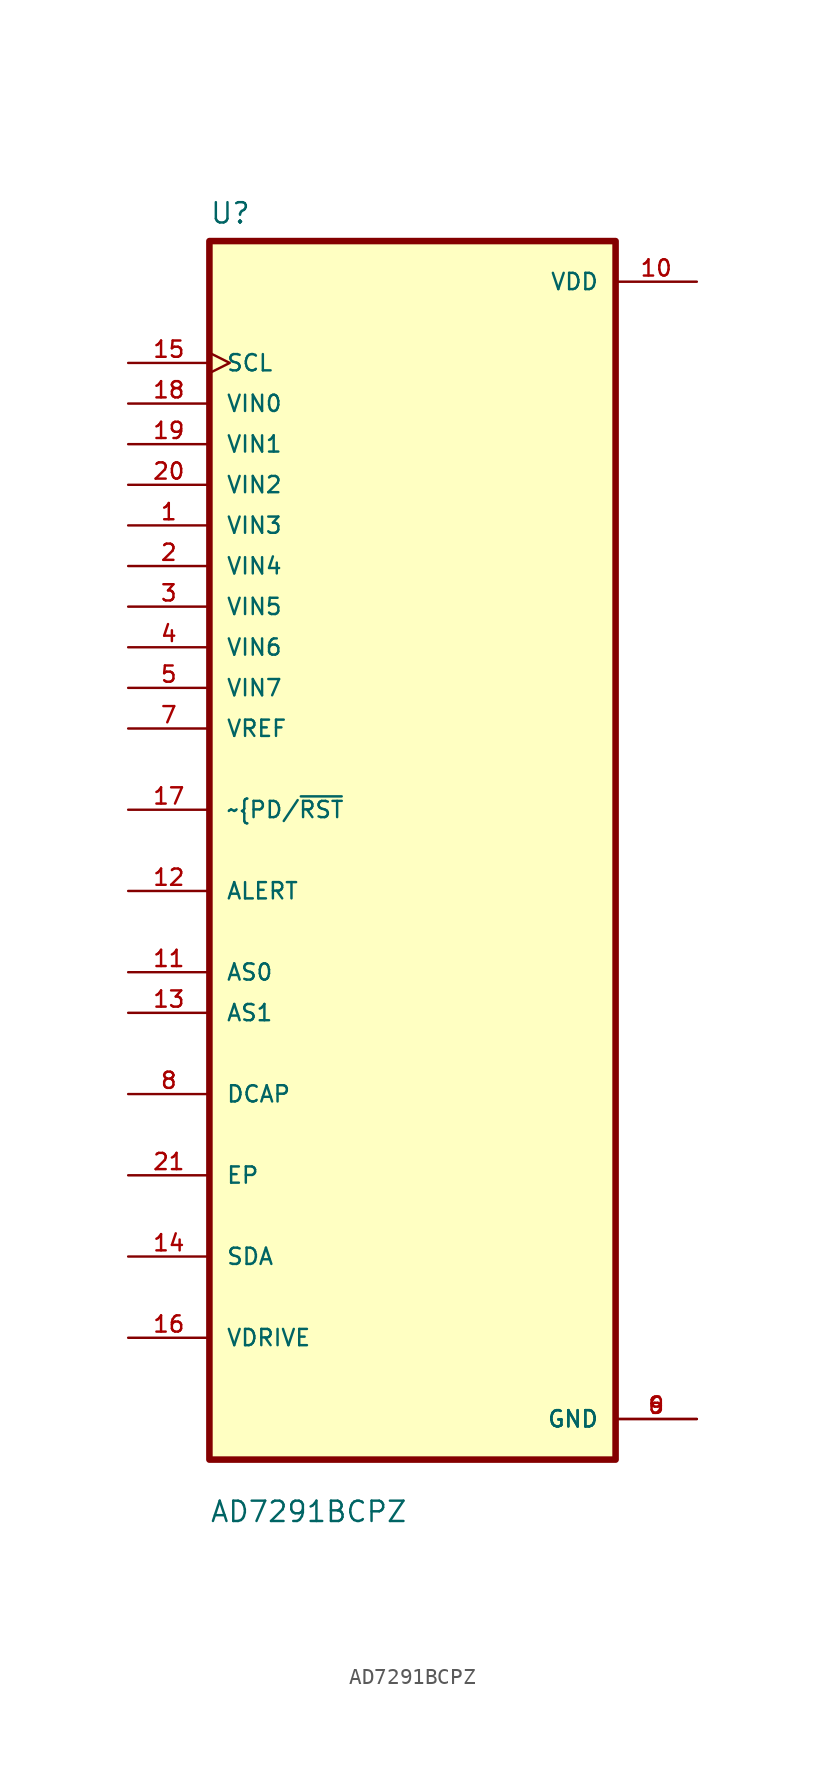
<source format=kicad_sym>
(kicad_symbol_lib
  (version 20211014)
  (generator kicad_symbol_editor)
  (symbol "AD7291BCPZ"
    (pin_names
      (offset 1.016))
    (property "Reference" "U"
      (at -12.7 39.1 0.0)
      (effects (font (size 1.27 1.27)) (justify bottom left)))
    (property "Value" "AD7291BCPZ"
      (at -12.7 -42.1 0.0)
      (effects (font (size 1.27 1.27)) (justify bottom left)))
    (symbol "AD7291BCPZ_0_0"
      (rectangle (start -12.7 -38.1) (end 12.7 38.1) (stroke (width 0.41)) (fill (type background)))
      (pin input clock (at -17.78 30.48 0) (length 5.08) (name "SCL" (effects (font (size 1.016 1.016)))) (number "15" (effects (font (size 1.016 1.016)))))
      (pin input line (at -17.78 27.94 0) (length 5.08) (name "VIN0" (effects (font (size 1.016 1.016)))) (number "18" (effects (font (size 1.016 1.016)))))
      (pin input line (at -17.78 25.4 0) (length 5.08) (name "VIN1" (effects (font (size 1.016 1.016)))) (number "19" (effects (font (size 1.016 1.016)))))
      (pin input line (at -17.78 22.86 0) (length 5.08) (name "VIN2" (effects (font (size 1.016 1.016)))) (number "20" (effects (font (size 1.016 1.016)))))
      (pin input line (at -17.78 20.32 0) (length 5.08) (name "VIN3" (effects (font (size 1.016 1.016)))) (number "1" (effects (font (size 1.016 1.016)))))
      (pin input line (at -17.78 17.78 0) (length 5.08) (name "VIN4" (effects (font (size 1.016 1.016)))) (number "2" (effects (font (size 1.016 1.016)))))
      (pin input line (at -17.78 15.24 0) (length 5.08) (name "VIN5" (effects (font (size 1.016 1.016)))) (number "3" (effects (font (size 1.016 1.016)))))
      (pin input line (at -17.78 12.7 0) (length 5.08) (name "VIN6" (effects (font (size 1.016 1.016)))) (number "4" (effects (font (size 1.016 1.016)))))
      (pin input line (at -17.78 10.16 0) (length 5.08) (name "VIN7" (effects (font (size 1.016 1.016)))) (number "5" (effects (font (size 1.016 1.016)))))
      (pin input line (at -17.78 7.62 0) (length 5.08) (name "VREF" (effects (font (size 1.016 1.016)))) (number "7" (effects (font (size 1.016 1.016)))))
      (pin bidirectional line (at -17.78 2.54 0) (length 5.08) (name "~{PD/~{RST}" (effects (font (size 1.016 1.016)))) (number "17" (effects (font (size 1.016 1.016)))))
      (pin bidirectional line (at -17.78 -2.54 0) (length 5.08) (name "ALERT" (effects (font (size 1.016 1.016)))) (number "12" (effects (font (size 1.016 1.016)))))
      (pin bidirectional line (at -17.78 -7.62 0) (length 5.08) (name "AS0" (effects (font (size 1.016 1.016)))) (number "11" (effects (font (size 1.016 1.016)))))
      (pin bidirectional line (at -17.78 -10.16 0) (length 5.08) (name "AS1" (effects (font (size 1.016 1.016)))) (number "13" (effects (font (size 1.016 1.016)))))
      (pin bidirectional line (at -17.78 -15.24 0) (length 5.08) (name "DCAP" (effects (font (size 1.016 1.016)))) (number "8" (effects (font (size 1.016 1.016)))))
      (pin bidirectional line (at -17.78 -20.32 0) (length 5.08) (name "EP" (effects (font (size 1.016 1.016)))) (number "21" (effects (font (size 1.016 1.016)))))
      (pin bidirectional line (at -17.78 -25.4 0) (length 5.08) (name "SDA" (effects (font (size 1.016 1.016)))) (number "14" (effects (font (size 1.016 1.016)))))
      (pin bidirectional line (at -17.78 -30.48 0) (length 5.08) (name "VDRIVE" (effects (font (size 1.016 1.016)))) (number "16" (effects (font (size 1.016 1.016)))))
      (pin power_in line (at 17.78 35.56 180.0) (length 5.08) (name "VDD" (effects (font (size 1.016 1.016)))) (number "10" (effects (font (size 1.016 1.016)))))
      (pin power_in line (at 17.78 -35.56 180.0) (length 5.08) (name "GND" (effects (font (size 1.016 1.016)))) (number "6" (effects (font (size 1.016 1.016)))))
      (pin power_in line (at 17.78 -35.56 180.0) (length 5.08) (name "GND" (effects (font (size 1.016 1.016)))) (number "9" (effects (font (size 1.016 1.016))))))))
</source>
